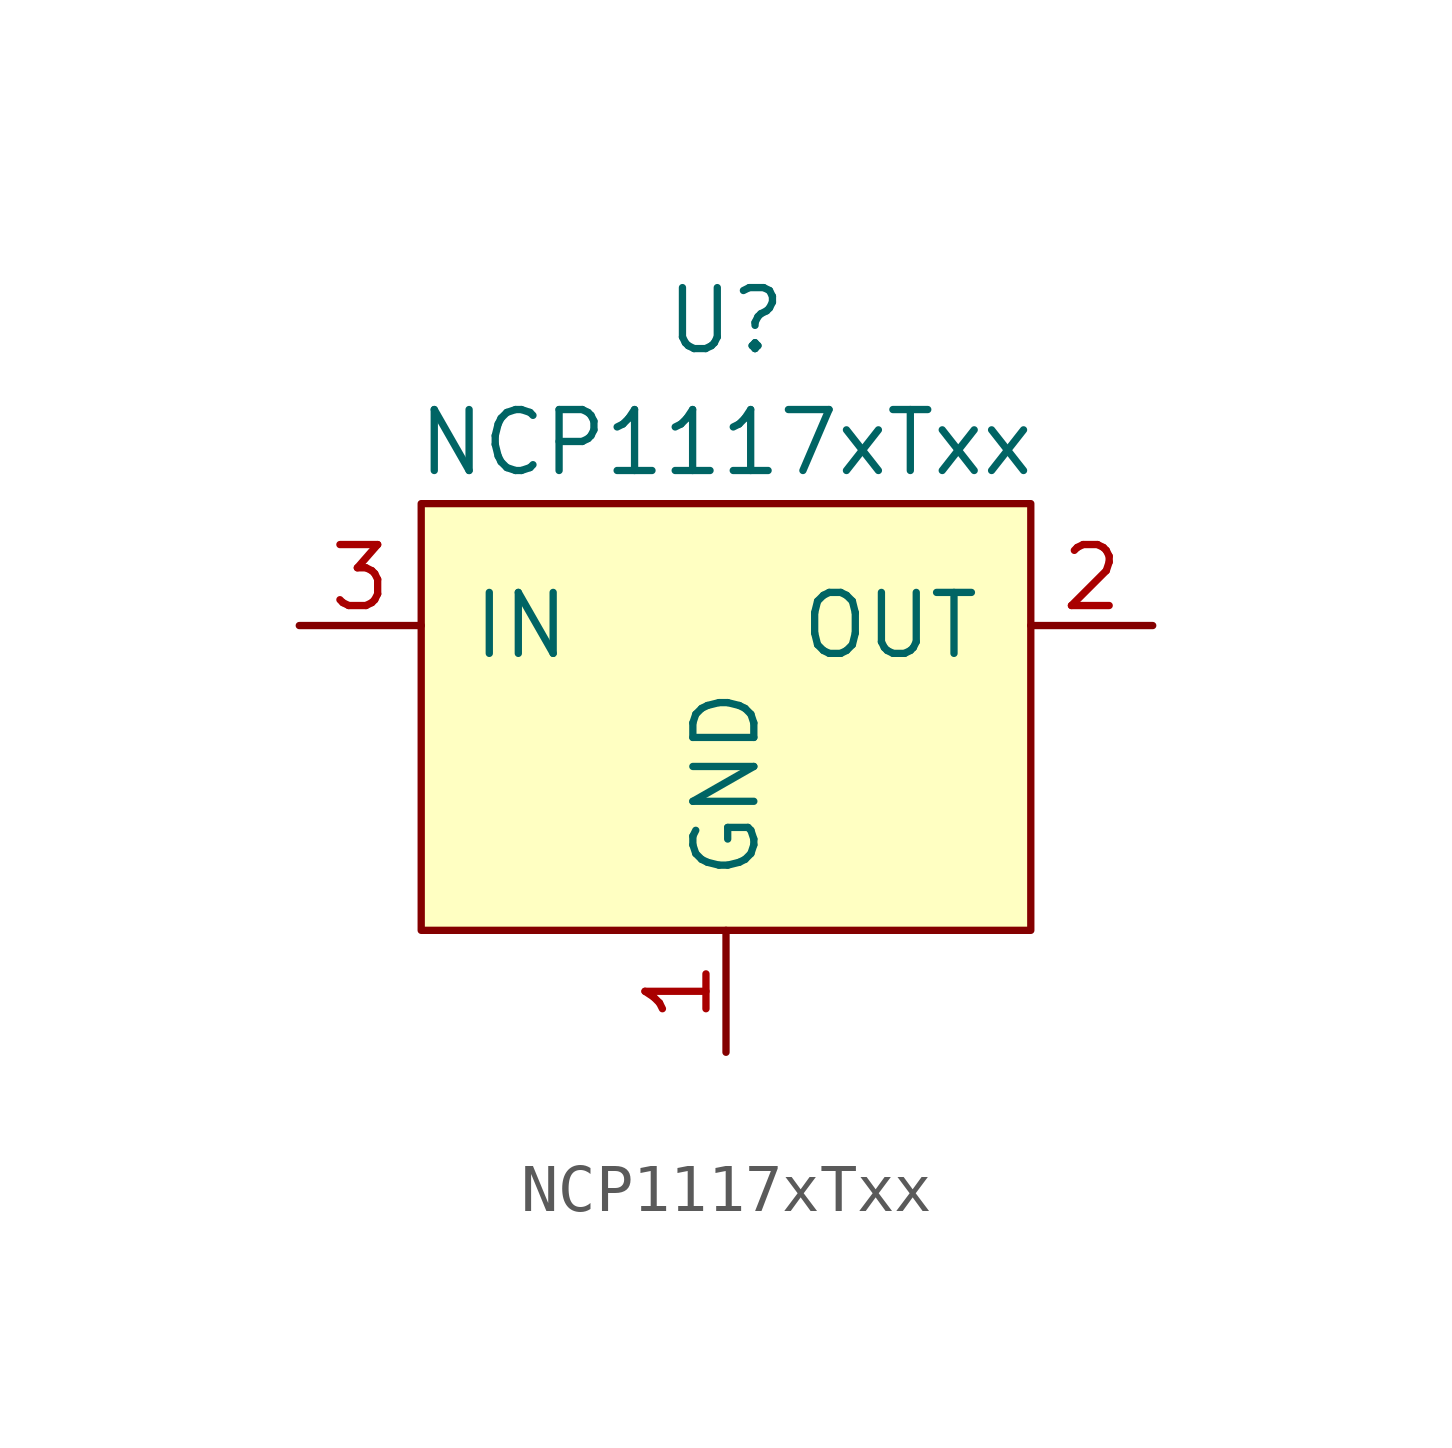
<source format=kicad_sym>
(kicad_symbol_lib
  (version 20211014)
  (generator kicad_symbol_editor)
  (symbol "NCP1117xTxx"
    (pin_names
      (offset 1.016))
    (property "Reference" "U"
      (at 0 7.62 0)
      (effects (font (size 1.27 1.27))))
    (property "Value" "NCP1117xTxx"
      (at 0 5.08 0)
      (effects (font (size 1.27 1.27))))
    (symbol "NCP1117xTxx_0_1"
      (rectangle (start -6.35 3.81) (end 6.35 -5.08) (stroke (width 0) (type default) (color 0 0 0 0)) (fill (type background))))
    (symbol "NCP1117xTxx_1_1"
      (pin power_in line (at 0 -7.62 90) (length 2.54) (name "GND" (effects (font (size 1.27 1.27)))) (number "1" (effects (font (size 1.27 1.27)))))
      (pin power_in line (at 8.89 1.27 180) (length 2.54) (name "OUT" (effects (font (size 1.27 1.27)))) (number "2" (effects (font (size 1.27 1.27)))))
      (pin power_in line (at -8.89 1.27 0) (length 2.54) (name "IN" (effects (font (size 1.27 1.27)))) (number "3" (effects (font (size 1.27 1.27))))))))
</source>
